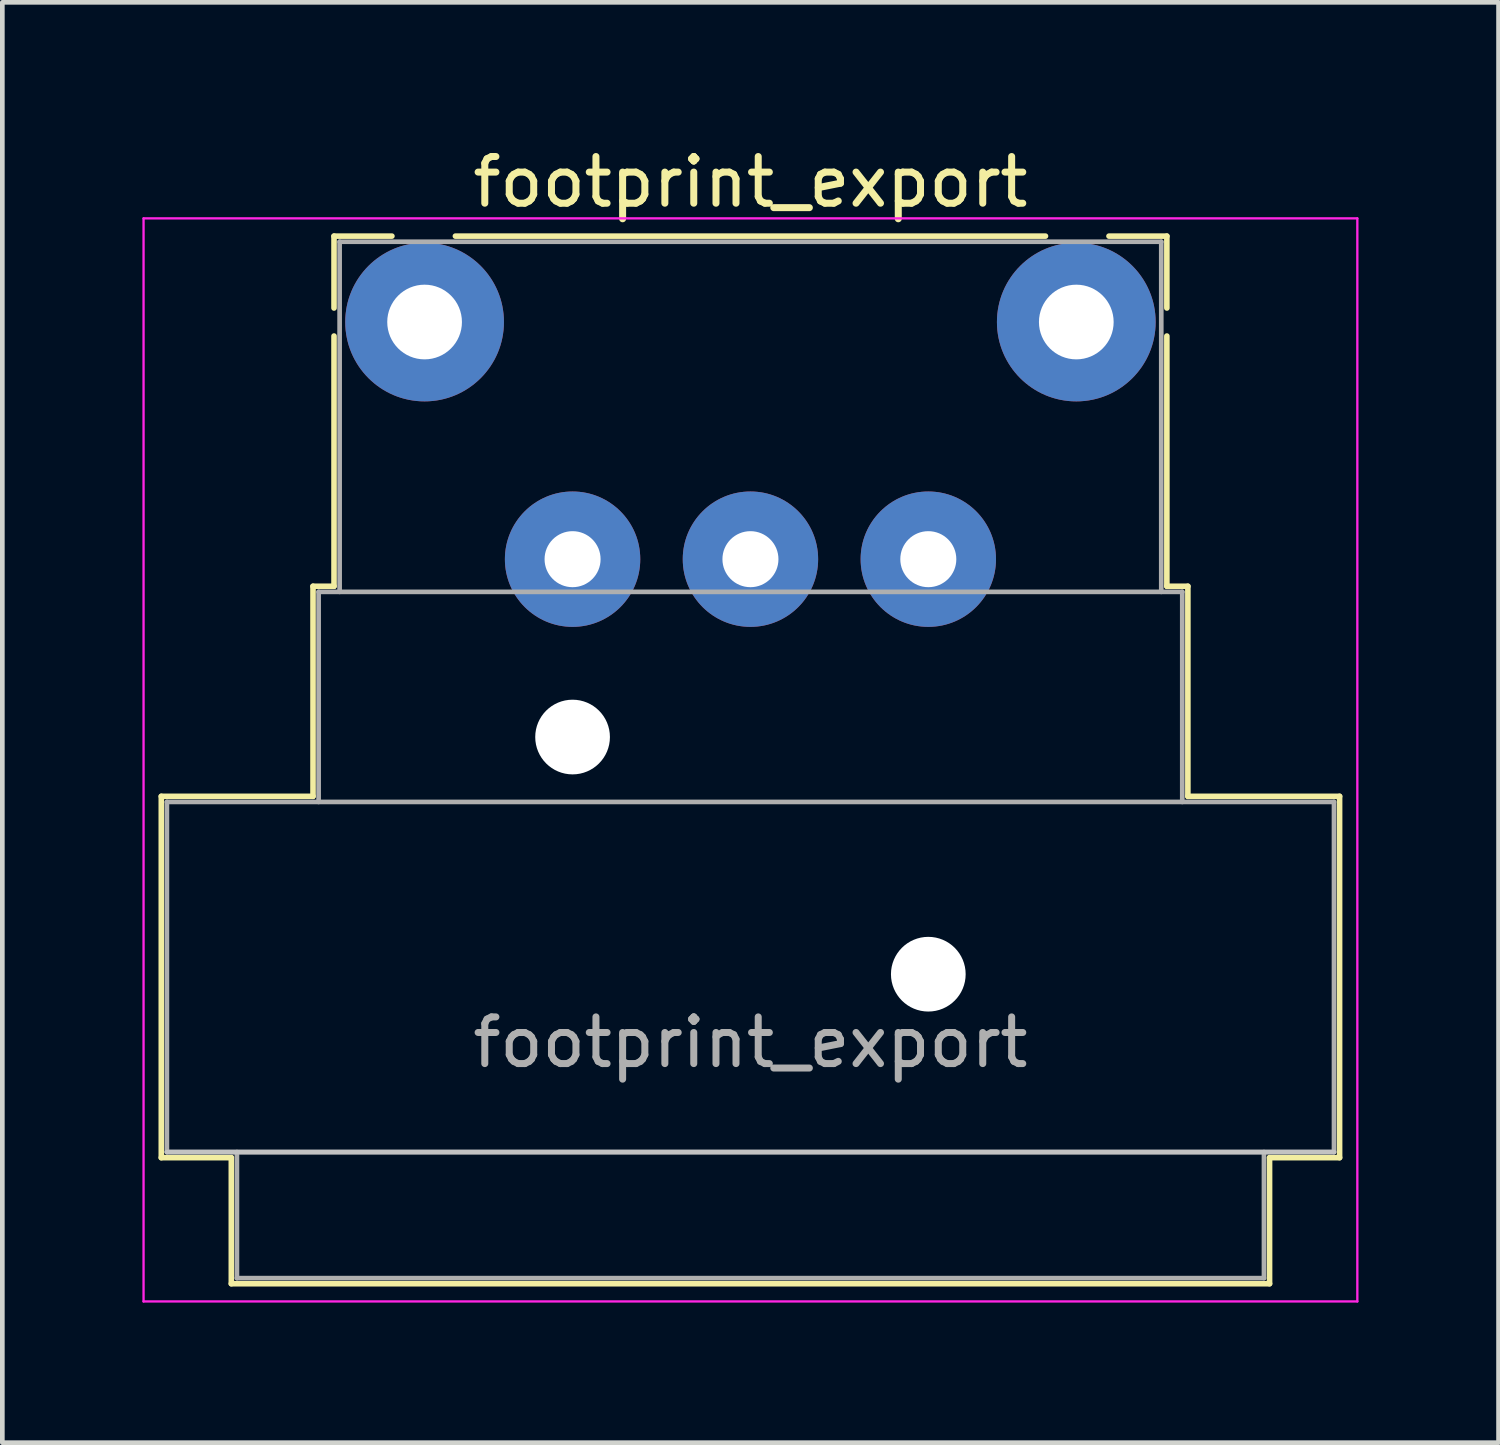
<source format=kicad_pcb>
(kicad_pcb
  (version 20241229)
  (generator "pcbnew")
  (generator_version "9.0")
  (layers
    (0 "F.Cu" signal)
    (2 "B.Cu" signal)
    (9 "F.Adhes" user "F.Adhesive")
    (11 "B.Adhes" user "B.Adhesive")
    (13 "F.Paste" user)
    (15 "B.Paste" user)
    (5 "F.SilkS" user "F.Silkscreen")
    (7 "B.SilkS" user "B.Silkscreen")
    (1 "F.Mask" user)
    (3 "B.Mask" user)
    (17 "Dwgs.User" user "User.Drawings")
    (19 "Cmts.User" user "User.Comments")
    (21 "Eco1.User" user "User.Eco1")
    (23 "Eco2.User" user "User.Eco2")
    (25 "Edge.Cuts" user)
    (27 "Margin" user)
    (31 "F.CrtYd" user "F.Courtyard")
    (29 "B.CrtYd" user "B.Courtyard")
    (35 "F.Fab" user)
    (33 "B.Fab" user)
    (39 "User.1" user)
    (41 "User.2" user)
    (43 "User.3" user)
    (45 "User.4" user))
  (footprint "footprint_export"
    (layer "F.Cu")
    (at 6.045 3.848)
    (property "Reference" "footprint_export" (at 6.98 -3 0) (layer "F.SilkS") (effects (font (size 1 1) (thickness 0.15))))
    (attr through_hole)
    (fp_line (start -5.64 10.16) (end -2.39 10.16) (stroke (width 0.12) (type solid)) (layer "F.SilkS"))
    (fp_line (start -5.64 17.9) (end -5.64 10.16) (stroke (width 0.12) (type solid)) (layer "F.SilkS"))
    (fp_line (start -4.14 17.9) (end -5.64 17.9) (stroke (width 0.12) (type solid)) (layer "F.SilkS"))
    (fp_line (start -4.14 17.9) (end -4.14 20.6) (stroke (width 0.12) (type solid)) (layer "F.SilkS"))
    (fp_line (start -2.39 10.16) (end -2.39 5.66) (stroke (width 0.12) (type solid)) (layer "F.SilkS"))
    (fp_line (start -1.94 -1.84) (end -1.94 -0.3) (stroke (width 0.12) (type solid)) (layer "F.SilkS"))
    (fp_line (start -1.94 -1.84) (end -0.7 -1.84) (stroke (width 0.12) (type solid)) (layer "F.SilkS"))
    (fp_line (start -1.94 5.66) (end -2.39 5.66) (stroke (width 0.12) (type solid)) (layer "F.SilkS"))
    (fp_line (start -1.94 5.66) (end -1.94 0.3) (stroke (width 0.12) (type solid)) (layer "F.SilkS"))
    (fp_line (start 13.3 -1.84) (end 0.66 -1.84) (stroke (width 0.12) (type solid)) (layer "F.SilkS"))
    (fp_line (start 15.9 -1.84) (end 14.66 -1.84) (stroke (width 0.12) (type solid)) (layer "F.SilkS"))
    (fp_line (start 15.9 -1.84) (end 15.9 -0.3) (stroke (width 0.12) (type solid)) (layer "F.SilkS"))
    (fp_line (start 15.9 5.66) (end 15.9 0.3) (stroke (width 0.12) (type solid)) (layer "F.SilkS"))
    (fp_line (start 15.9 5.66) (end 16.35 5.66) (stroke (width 0.12) (type solid)) (layer "F.SilkS"))
    (fp_line (start 16.35 10.16) (end 16.35 5.66) (stroke (width 0.12) (type solid)) (layer "F.SilkS"))
    (fp_line (start 16.35 10.16) (end 19.6 10.16) (stroke (width 0.12) (type solid)) (layer "F.SilkS"))
    (fp_line (start 18.1 17.9) (end 18.1 20.6) (stroke (width 0.12) (type solid)) (layer "F.SilkS"))
    (fp_line (start 18.1 20.6) (end -4.14 20.6) (stroke (width 0.12) (type solid)) (layer "F.SilkS"))
    (fp_line (start 19.6 17.9) (end 18.1 17.9) (stroke (width 0.12) (type solid)) (layer "F.SilkS"))
    (fp_line (start 19.6 17.9) (end 19.6 10.16) (stroke (width 0.12) (type solid)) (layer "F.SilkS"))
    (fp_line (start 19.48 17.78) (end -5.52 17.78) (stroke (width 0.1) (type solid)) (layer "Dwgs.User"))
    (fp_line (start -6.02 20.98) (end -6.02 -2.22) (stroke (width 0.05) (type solid)) (layer "F.CrtYd"))
    (fp_line (start 19.98 -2.22) (end -6.02 -2.22) (stroke (width 0.05) (type solid)) (layer "F.CrtYd"))
    (fp_line (start 19.98 20.98) (end -6.02 20.98) (stroke (width 0.05) (type solid)) (layer "F.CrtYd"))
    (fp_line (start 19.98 20.98) (end 19.98 -2.22) (stroke (width 0.05) (type solid)) (layer "F.CrtYd"))
    (fp_line (start -5.52 10.28) (end 19.48 10.28) (stroke (width 0.1) (type solid)) (layer "F.Fab"))
    (fp_line (start -5.52 17.78) (end -5.52 10.28) (stroke (width 0.1) (type solid)) (layer "F.Fab"))
    (fp_line (start -4.02 20.48) (end -4.02 17.78) (stroke (width 0.1) (type solid)) (layer "F.Fab"))
    (fp_line (start -2.27 5.78) (end -2.27 10.28) (stroke (width 0.1) (type solid)) (layer "F.Fab"))
    (fp_line (start -2.27 5.78) (end 16.23 5.78) (stroke (width 0.1) (type solid)) (layer "F.Fab"))
    (fp_line (start -1.82 5.78) (end -1.82 -1.72) (stroke (width 0.1) (type solid)) (layer "F.Fab"))
    (fp_line (start 15.78 -1.72) (end -1.82 -1.72) (stroke (width 0.1) (type solid)) (layer "F.Fab"))
    (fp_line (start 15.78 5.78) (end 15.78 -1.72) (stroke (width 0.1) (type solid)) (layer "F.Fab"))
    (fp_line (start 16.23 10.28) (end 16.23 5.78) (stroke (width 0.1) (type solid)) (layer "F.Fab"))
    (fp_line (start 17.98 17.78) (end 17.98 20.48) (stroke (width 0.1) (type solid)) (layer "F.Fab"))
    (fp_line (start 17.98 20.48) (end -4.02 20.48) (stroke (width 0.1) (type solid)) (layer "F.Fab"))
    (fp_line (start 19.48 10.28) (end 19.48 17.78) (stroke (width 0.1) (type solid)) (layer "F.Fab"))
    (fp_line (start 19.48 17.78) (end -5.52 17.78) (stroke (width 0.1) (type solid)) (layer "F.Fab"))
    (fp_text user "${REFERENCE}" (at 6.98 15.43 0) (layer "F.Fab") (effects (font (size 1 1) (thickness 0.15))))
    (pad "" np_thru_hole circle (at 3.17 8.89) (size 1.6 1.6) (drill 1.6) (layers "*.Cu" "*.Mask"))
    (pad "" np_thru_hole circle (at 10.79 13.97) (size 1.6 1.6) (drill 1.6) (layers "*.Cu" "*.Mask"))
    (pad "1" thru_hole circle (at 0 0) (size 3.4 3.4) (drill 1.6) (layers "*.Cu" "*.Mask"))
    (pad "2" thru_hole circle (at 3.17 5.08) (size 2.9 2.9) (drill 1.2) (layers "*.Cu" "*.Mask"))
    (pad "3" thru_hole circle (at 10.79 5.08) (size 2.9 2.9) (drill 1.2) (layers "*.Cu" "*.Mask"))
    (pad "4" thru_hole circle (at 13.96 0) (size 3.4 3.4) (drill 1.6) (layers "*.Cu" "*.Mask"))
    (pad "G" thru_hole circle (at 6.98 5.08) (size 2.9 2.9) (drill 1.2) (layers "*.Cu" "*.Mask")))
  (gr_rect
    (start -3 -3)
    (end 29.05 27.853)
    (stroke (width 0.1) (type default))
    (fill no)
    (layer "Edge.Cuts")))
</source>
